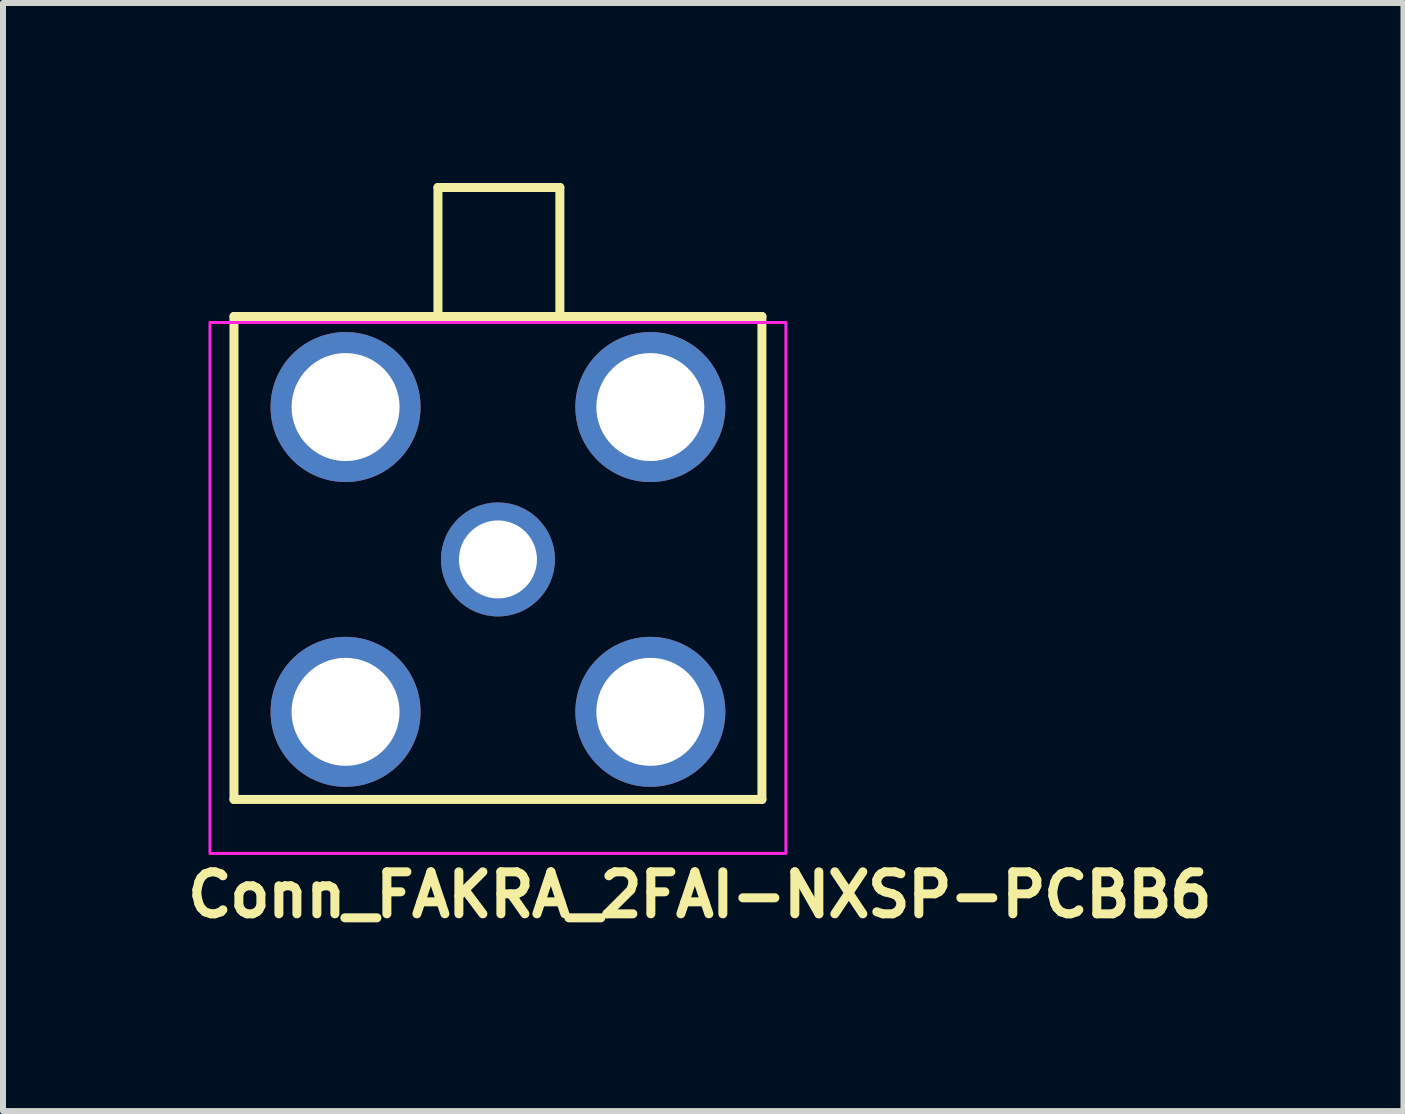
<source format=kicad_pcb>
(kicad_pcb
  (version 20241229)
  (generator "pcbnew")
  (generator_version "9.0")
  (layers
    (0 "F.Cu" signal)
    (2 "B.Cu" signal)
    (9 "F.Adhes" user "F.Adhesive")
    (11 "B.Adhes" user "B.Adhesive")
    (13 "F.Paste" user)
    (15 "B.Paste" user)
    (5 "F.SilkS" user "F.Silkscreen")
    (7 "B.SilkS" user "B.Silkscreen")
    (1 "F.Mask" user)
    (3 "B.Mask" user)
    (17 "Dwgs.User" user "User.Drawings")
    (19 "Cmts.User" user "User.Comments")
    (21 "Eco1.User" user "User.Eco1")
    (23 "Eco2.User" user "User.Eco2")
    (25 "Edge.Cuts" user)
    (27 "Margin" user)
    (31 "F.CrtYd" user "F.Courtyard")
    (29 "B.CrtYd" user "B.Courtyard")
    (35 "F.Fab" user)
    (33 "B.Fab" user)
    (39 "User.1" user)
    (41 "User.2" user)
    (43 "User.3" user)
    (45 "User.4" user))
  (footprint "Conn_FAKRA_2FAI-NXSP-PCBB6"
    (layer "F.Cu")
    (at 5.25 6.275)
    (property "Reference" "Conn_FAKRA_2FAI-NXSP-PCBB6" (at -5.25 6 0) (layer "F.SilkS") (effects (font (size 0.7 0.7) (thickness 0.15)) (justify left bottom)))
    (attr through_hole)
    (fp_line (start -4.4 -4.05) (end -4.4 4) (stroke (width 0.15) (type solid)) (layer "F.SilkS"))
    (fp_line (start -4.4 4) (end 4.4 4) (stroke (width 0.15) (type solid)) (layer "F.SilkS"))
    (fp_line (start -1 -6.2) (end 1.032 -6.2) (stroke (width 0.15) (type solid)) (layer "F.SilkS"))
    (fp_line (start -1 -4.05) (end -1 -6.2) (stroke (width 0.15) (type solid)) (layer "F.SilkS"))
    (fp_line (start 1.032 -6.2) (end 1.032 -4.05) (stroke (width 0.15) (type solid)) (layer "F.SilkS"))
    (fp_line (start 4.4 -4.05) (end -4.4 -4.05) (stroke (width 0.15) (type solid)) (layer "F.SilkS"))
    (fp_line (start 4.4 4) (end 4.4 -4.05) (stroke (width 0.15) (type solid)) (layer "F.SilkS"))
    (fp_rect (start -4.8 -3.95) (end 4.8 4.9) (stroke (width 0.05) (type solid)) (fill no) (layer "F.CrtYd"))
    (fp_rect (start -4.4 -4.05) (end 4.4 4) (stroke (width 0.1) (type solid)) (fill no) (layer "User.5"))
    (fp_line (start -4.4 -4) (end -2.939 -4) (stroke (width 0.02) (type solid)) (layer "User.9"))
    (fp_line (start -4.4 -3.339) (end -4.4 -4) (stroke (width 0.02) (type solid)) (layer "User.9"))
    (fp_line (start -4.4 3.339) (end -4.4 -3.339) (stroke (width 0.02) (type solid)) (layer "User.9"))
    (fp_line (start -4.4 3.339) (end -3.07 2.01) (stroke (width 0.02) (type solid)) (layer "User.9"))
    (fp_line (start -4.4 4) (end -4.4 3.339) (stroke (width 0.02) (type solid)) (layer "User.9"))
    (fp_line (start -3.75 -4) (end -3.75 -4.15) (stroke (width 0.02) (type solid)) (layer "User.9"))
    (fp_line (start -3.25 -4.65) (end -3.75 -4.15) (stroke (width 0.02) (type solid)) (layer "User.9"))
    (fp_line (start -3.07 -2.01) (end -4.4 -3.339) (stroke (width 0.02) (type solid)) (layer "User.9"))
    (fp_line (start -2.939 -4) (end -2.01 -3.07) (stroke (width 0.02) (type solid)) (layer "User.9"))
    (fp_line (start -2.939 -4) (end 2.939 -4) (stroke (width 0.02) (type solid)) (layer "User.9"))
    (fp_line (start -2.939 4) (end -4.4 4) (stroke (width 0.02) (type solid)) (layer "User.9"))
    (fp_line (start -2.01 3.07) (end -2.939 4) (stroke (width 0.02) (type solid)) (layer "User.9"))
    (fp_line (start -1 -4.65) (end -1 -6.25) (stroke (width 0.02) (type solid)) (layer "User.9"))
    (fp_line (start -0.75 3.5) (end -0.75 4) (stroke (width 0.02) (type solid)) (layer "User.9"))
    (fp_line (start -0.75 4) (end -2.939 4) (stroke (width 0.02) (type solid)) (layer "User.9"))
    (fp_line (start -0.75 4) (end 0.75 4) (stroke (width 0.02) (type solid)) (layer "User.9"))
    (fp_line (start -0.18 -5.801) (end -0.18 -5.631) (stroke (width 0.02) (type solid)) (layer "User.9"))
    (fp_line (start -0.18 -5.631) (end -0.055 -5.78) (stroke (width 0.02) (type solid)) (layer "User.9"))
    (fp_line (start -0.055 -5.95) (end -0.18 -5.801) (stroke (width 0.02) (type solid)) (layer "User.9"))
    (fp_line (start -0.055 -5.78) (end -0.055 -4.95) (stroke (width 0.02) (type solid)) (layer "User.9"))
    (fp_line (start -0.055 -4.95) (end 0.07 -4.95) (stroke (width 0.02) (type solid)) (layer "User.9"))
    (fp_line (start 0.07 -5.95) (end -0.055 -5.95) (stroke (width 0.02) (type solid)) (layer "User.9"))
    (fp_line (start 0.07 -4.95) (end 0.07 -5.95) (stroke (width 0.02) (type solid)) (layer "User.9"))
    (fp_line (start 0.75 3.5) (end -0.75 3.5) (stroke (width 0.02) (type solid)) (layer "User.9"))
    (fp_line (start 0.75 4) (end 0.75 3.5) (stroke (width 0.02) (type solid)) (layer "User.9"))
    (fp_line (start 1 -6.25) (end -1 -6.25) (stroke (width 0.02) (type solid)) (layer "User.9"))
    (fp_line (start 1 -4.65) (end 1 -6.25) (stroke (width 0.02) (type solid)) (layer "User.9"))
    (fp_line (start 2.01 -3.07) (end 2.939 -4) (stroke (width 0.02) (type solid)) (layer "User.9"))
    (fp_line (start 2.939 -4) (end 4.4 -4) (stroke (width 0.02) (type solid)) (layer "User.9"))
    (fp_line (start 2.939 4) (end 0.75 4) (stroke (width 0.02) (type solid)) (layer "User.9"))
    (fp_line (start 2.939 4) (end 2.01 3.07) (stroke (width 0.02) (type solid)) (layer "User.9"))
    (fp_line (start 3.07 2.01) (end 4.4 3.339) (stroke (width 0.02) (type solid)) (layer "User.9"))
    (fp_line (start 3.25 -4.65) (end -3.25 -4.65) (stroke (width 0.02) (type solid)) (layer "User.9"))
    (fp_line (start 3.75 -4.15) (end 3.25 -4.65) (stroke (width 0.02) (type solid)) (layer "User.9"))
    (fp_line (start 3.75 -4.15) (end 3.75 -4) (stroke (width 0.02) (type solid)) (layer "User.9"))
    (fp_line (start 4.4 -4) (end 4.4 -3.339) (stroke (width 0.02) (type solid)) (layer "User.9"))
    (fp_line (start 4.4 -3.339) (end 3.07 -2.01) (stroke (width 0.02) (type solid)) (layer "User.9"))
    (fp_line (start 4.4 -3.339) (end 4.4 3.339) (stroke (width 0.02) (type solid)) (layer "User.9"))
    (fp_line (start 4.4 3.339) (end 4.4 4) (stroke (width 0.02) (type solid)) (layer "User.9"))
    (fp_line (start 4.4 4) (end 2.939 4) (stroke (width 0.02) (type solid)) (layer "User.9"))
    (fp_circle (center -2.55 -2.54) (end -2.522 -2.939) (stroke (width 0.02) (type default)) (fill no) (layer "User.9"))
    (fp_circle (center -2.55 -2.54) (end -2.12 -3.155) (stroke (width 0.02) (type default)) (fill no) (layer "User.9"))
    (fp_circle (center -2.54 2.541) (end -2.512 2.141) (stroke (width 0.02) (type default)) (fill no) (layer "User.9"))
    (fp_circle (center -2.54 2.541) (end -2.11 1.926) (stroke (width 0.02) (type default)) (fill no) (layer "User.9"))
    (fp_circle (center 0 0) (end 0 -0.48) (stroke (width 0.02) (type default)) (fill no) (layer "User.9"))
    (fp_circle (center 0 0) (end 0.007 -0.2) (stroke (width 0.02) (type default)) (fill no) (layer "User.9"))
    (fp_circle (center 0 0) (end 1.8 0) (stroke (width 0.02) (type default)) (fill no) (layer "User.9"))
    (fp_circle (center 0 0) (end 1.9 0) (stroke (width 0.02) (type default)) (fill no) (layer "User.9"))
    (fp_circle (center 0 0) (end 2.14 0) (stroke (width 0.02) (type default)) (fill no) (layer "User.9"))
    (fp_circle (center 2.54 2.54) (end 2.568 2.14) (stroke (width 0.02) (type default)) (fill no) (layer "User.9"))
    (fp_circle (center 2.54 2.54) (end 2.97 1.925) (stroke (width 0.02) (type default)) (fill no) (layer "User.9"))
    (fp_circle (center 2.55 -2.55) (end 2.578 -2.95) (stroke (width 0.02) (type default)) (fill no) (layer "User.9"))
    (fp_circle (center 2.55 -2.55) (end 2.98 -3.164) (stroke (width 0.02) (type default)) (fill no) (layer "User.9"))
    (pad "1" thru_hole circle (at 0 0 270) (size 1.9 1.9) (drill 1.3) (layers "*.Cu" "*.Mask"))
    (pad "2" thru_hole circle (at -2.54 -2.54 270) (size 2.5 2.5) (drill 1.8) (layers "*.Cu" "*.Mask"))
    (pad "3" thru_hole circle (at -2.54 2.54 270) (size 2.5 2.5) (drill 1.8) (layers "*.Cu" "*.Mask"))
    (pad "4" thru_hole circle (at 2.54 2.54 270) (size 2.5 2.5) (drill 1.8) (layers "*.Cu" "*.Mask"))
    (pad "5" thru_hole circle (at 2.54 -2.54 270) (size 2.5 2.5) (drill 1.8) (layers "*.Cu" "*.Mask")))
  (gr_rect
    (start -3 -3)
    (end 20.343 15.47)
    (stroke (width 0.1) (type default))
    (fill no)
    (layer "Edge.Cuts")))
</source>
